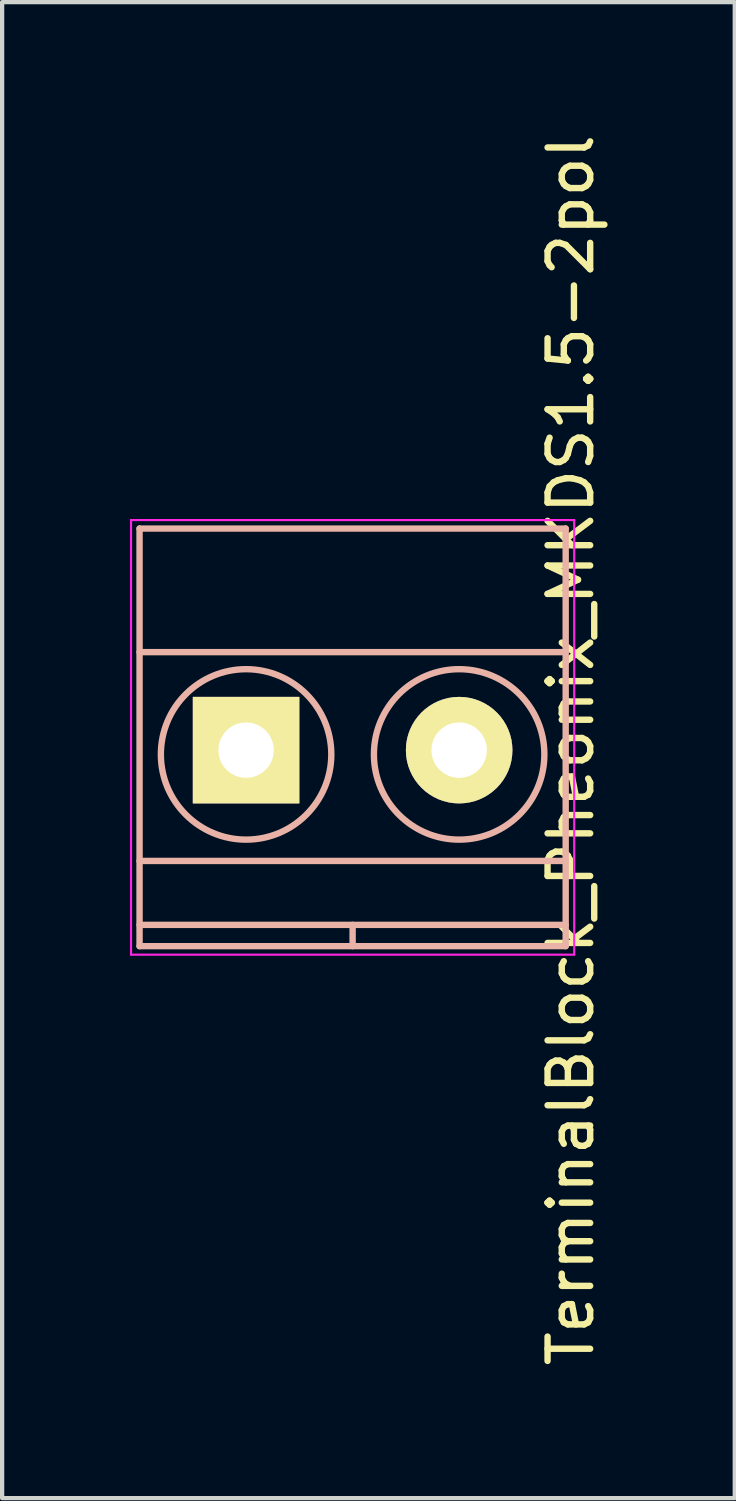
<source format=kicad_pcb>
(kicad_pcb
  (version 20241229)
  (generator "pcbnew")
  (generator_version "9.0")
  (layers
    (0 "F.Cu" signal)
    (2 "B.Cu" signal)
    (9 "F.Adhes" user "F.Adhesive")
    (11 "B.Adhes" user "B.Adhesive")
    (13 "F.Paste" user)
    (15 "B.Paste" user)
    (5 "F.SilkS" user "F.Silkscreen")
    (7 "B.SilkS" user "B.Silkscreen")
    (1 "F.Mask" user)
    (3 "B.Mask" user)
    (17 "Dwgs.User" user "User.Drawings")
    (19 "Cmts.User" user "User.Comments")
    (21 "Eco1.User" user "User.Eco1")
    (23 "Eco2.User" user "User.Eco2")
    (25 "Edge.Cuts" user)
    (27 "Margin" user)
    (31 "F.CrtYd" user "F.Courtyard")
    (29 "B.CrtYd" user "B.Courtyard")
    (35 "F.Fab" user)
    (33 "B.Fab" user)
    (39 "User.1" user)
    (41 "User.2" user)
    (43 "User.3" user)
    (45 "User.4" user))
  (footprint "TerminalBlock_Pheonix_MKDS1.5-2pol"
    (layer "F.Cu")
    (at 2.725 14.554)
    (property "Reference" "TerminalBlock_Pheonix_MKDS1.5-2pol" (at 7.62 0 90) (layer "F.SilkS") (effects (font (size 1 1) (thickness 0.15))))
    (attr through_hole)
    (fp_line (start -2.5 -5.2) (end -2.5 4.6) (stroke (width 0.15) (type solid)) (layer "B.SilkS"))
    (fp_line (start -2.5 -2.3) (end 7.5 -2.3) (stroke (width 0.15) (type solid)) (layer "B.SilkS"))
    (fp_line (start -2.5 2.6) (end 7.5 2.6) (stroke (width 0.15) (type solid)) (layer "B.SilkS"))
    (fp_line (start -2.5 4.1) (end 7.5 4.1) (stroke (width 0.15) (type solid)) (layer "B.SilkS"))
    (fp_line (start -2.5 4.6) (end 7.5 4.6) (stroke (width 0.15) (type solid)) (layer "B.SilkS"))
    (fp_line (start 2.5 4.1) (end 2.5 4.6) (stroke (width 0.15) (type solid)) (layer "B.SilkS"))
    (fp_line (start 7.5 -5.2) (end -2.5 -5.2) (stroke (width 0.15) (type solid)) (layer "B.SilkS"))
    (fp_line (start 7.5 4.6) (end 7.5 -5.2) (stroke (width 0.15) (type solid)) (layer "B.SilkS"))
    (fp_circle (center 0 0.1) (end 2 0.1) (stroke (width 0.15) (type solid)) (fill no) (layer "B.SilkS"))
    (fp_circle (center 5 0.1) (end 3 0.1) (stroke (width 0.15) (type solid)) (fill no) (layer "B.SilkS"))
    (fp_line (start -2.7 -5.4) (end 7.7 -5.4) (stroke (width 0.05) (type solid)) (layer "F.CrtYd"))
    (fp_line (start -2.7 4.8) (end -2.7 -5.4) (stroke (width 0.05) (type solid)) (layer "F.CrtYd"))
    (fp_line (start 7.7 -5.4) (end 7.7 4.8) (stroke (width 0.05) (type solid)) (layer "F.CrtYd"))
    (fp_line (start 7.7 4.8) (end -2.7 4.8) (stroke (width 0.05) (type solid)) (layer "F.CrtYd"))
    (pad "1" thru_hole rect (at 0 0) (size 2.5 2.5) (drill 1.3) (layers "*.Cu" "*.Mask" "F.SilkS"))
    (pad "2" thru_hole circle (at 5 0) (size 2.5 2.5) (drill 1.3) (layers "*.Cu" "*.Mask" "F.SilkS")))
  (gr_rect
    (start -3 -3)
    (end 14.193 32.107)
    (stroke (width 0.1) (type default))
    (fill no)
    (layer "Edge.Cuts")))
</source>
